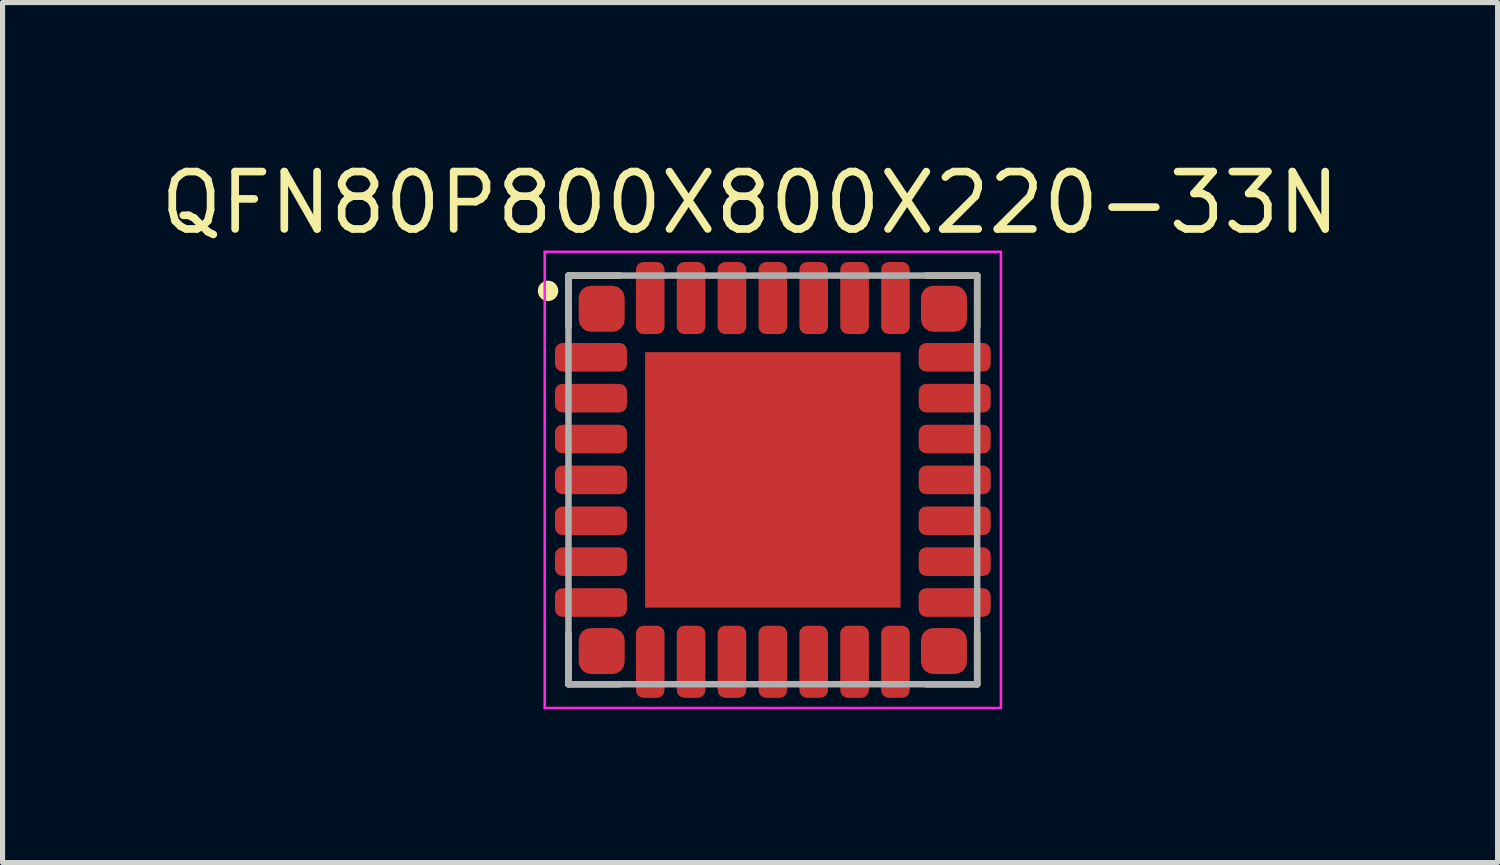
<source format=kicad_pcb>
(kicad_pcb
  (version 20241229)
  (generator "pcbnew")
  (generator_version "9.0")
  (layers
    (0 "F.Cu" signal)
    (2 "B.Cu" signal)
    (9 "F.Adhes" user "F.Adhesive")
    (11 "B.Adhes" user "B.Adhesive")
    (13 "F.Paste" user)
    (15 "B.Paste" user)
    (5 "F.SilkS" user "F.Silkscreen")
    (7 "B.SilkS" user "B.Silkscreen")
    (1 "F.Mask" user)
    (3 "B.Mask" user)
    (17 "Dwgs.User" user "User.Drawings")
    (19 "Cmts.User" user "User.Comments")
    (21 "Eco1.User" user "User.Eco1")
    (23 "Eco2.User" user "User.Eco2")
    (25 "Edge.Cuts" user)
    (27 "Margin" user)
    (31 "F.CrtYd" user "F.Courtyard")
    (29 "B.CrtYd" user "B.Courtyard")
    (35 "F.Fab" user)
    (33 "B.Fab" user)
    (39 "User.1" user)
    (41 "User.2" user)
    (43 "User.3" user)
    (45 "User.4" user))
  (footprint "QFN80P800X800X220-33N"
    (layer "F.Cu")
    (at 12.078 6.344)
    (property "Reference" "QFN80P800X800X220-33N" (at -0.445 -5.424 0) (layer "F.SilkS") (effects (font (size 1.123 1.123) (thickness 0.15))))
    (attr smd)
    (fp_line (start -4 -4) (end -4 -3) (stroke (width 0.127) (type solid)) (layer "F.SilkS"))
    (fp_line (start -4 -4) (end -3 -4) (stroke (width 0.127) (type solid)) (layer "F.SilkS"))
    (fp_line (start -4 4) (end -4 3) (stroke (width 0.127) (type solid)) (layer "F.SilkS"))
    (fp_line (start -4 4) (end -3 4) (stroke (width 0.127) (type solid)) (layer "F.SilkS"))
    (fp_line (start 4 -4) (end 3 -4) (stroke (width 0.127) (type solid)) (layer "F.SilkS"))
    (fp_line (start 4 -4) (end 4 -3) (stroke (width 0.127) (type solid)) (layer "F.SilkS"))
    (fp_line (start 4 4) (end 3 4) (stroke (width 0.127) (type solid)) (layer "F.SilkS"))
    (fp_line (start 4 4) (end 4 3) (stroke (width 0.127) (type solid)) (layer "F.SilkS"))
    (fp_circle (center -4.4 -3.7) (end -4.3 -3.7) (stroke (width 0.2) (type solid)) (fill no) (layer "F.SilkS"))
    (fp_poly (pts (xy -2.143 -2.135) (xy -0.365 -2.135) (xy -0.365 -0.366) (xy -2.143 -0.366)) (stroke (width 0.01) (type solid)) (fill yes) (layer "F.Paste"))
    (fp_poly (pts (xy -2.14 0.365) (xy -0.365 0.365) (xy -0.365 2.14) (xy -2.14 2.14)) (stroke (width 0.01) (type solid)) (fill yes) (layer "F.Paste"))
    (fp_poly (pts (xy 0.366 0.365) (xy 2.135 0.365) (xy 2.135 2.14) (xy 0.366 2.14)) (stroke (width 0.01) (type solid)) (fill yes) (layer "F.Paste"))
    (fp_poly (pts (xy 0.366 -2.135) (xy 2.135 -2.135) (xy 2.135 -0.366) (xy 0.366 -0.366)) (stroke (width 0.01) (type solid)) (fill yes) (layer "F.Paste"))
    (fp_line (start -4.465 -4.465) (end 4.465 -4.465) (stroke (width 0.05) (type solid)) (layer "F.CrtYd"))
    (fp_line (start -4.465 4.465) (end -4.465 -4.465) (stroke (width 0.05) (type solid)) (layer "F.CrtYd"))
    (fp_line (start 4.465 -4.465) (end 4.465 4.465) (stroke (width 0.05) (type solid)) (layer "F.CrtYd"))
    (fp_line (start 4.465 4.465) (end -4.465 4.465) (stroke (width 0.05) (type solid)) (layer "F.CrtYd"))
    (fp_line (start -4 -4) (end 4 -4) (stroke (width 0.127) (type solid)) (layer "F.Fab"))
    (fp_line (start -4 4) (end -4 -4) (stroke (width 0.127) (type solid)) (layer "F.Fab"))
    (fp_line (start 4 -4) (end 4 4) (stroke (width 0.127) (type solid)) (layer "F.Fab"))
    (fp_line (start 4 4) (end -4 4) (stroke (width 0.127) (type solid)) (layer "F.Fab"))
    (pad "1" smd roundrect (at -3.35 -3.35) (size 0.9 0.9) (layers "F.Cu" "F.Mask" "F.Paste") (roundrect_rratio 0.265))
    (pad "2" smd roundrect (at -3.56 -2.4) (size 1.41 0.56) (layers "F.Cu" "F.Mask" "F.Paste") (roundrect_rratio 0.265))
    (pad "3" smd roundrect (at -3.56 -1.6) (size 1.41 0.56) (layers "F.Cu" "F.Mask" "F.Paste") (roundrect_rratio 0.265))
    (pad "4" smd roundrect (at -3.56 -0.8) (size 1.41 0.56) (layers "F.Cu" "F.Mask" "F.Paste") (roundrect_rratio 0.265))
    (pad "5" smd roundrect (at -3.56 0) (size 1.41 0.56) (layers "F.Cu" "F.Mask" "F.Paste") (roundrect_rratio 0.265))
    (pad "6" smd roundrect (at -3.56 0.8) (size 1.41 0.56) (layers "F.Cu" "F.Mask" "F.Paste") (roundrect_rratio 0.265))
    (pad "7" smd roundrect (at -3.56 1.6) (size 1.41 0.56) (layers "F.Cu" "F.Mask" "F.Paste") (roundrect_rratio 0.265))
    (pad "8" smd roundrect (at -3.56 2.4) (size 1.41 0.56) (layers "F.Cu" "F.Mask" "F.Paste") (roundrect_rratio 0.265))
    (pad "9" smd roundrect (at -3.35 3.35) (size 0.9 0.9) (layers "F.Cu" "F.Mask" "F.Paste") (roundrect_rratio 0.265))
    (pad "10" smd roundrect (at -2.4 3.56) (size 0.56 1.41) (layers "F.Cu" "F.Mask" "F.Paste") (roundrect_rratio 0.265))
    (pad "11" smd roundrect (at -1.6 3.56) (size 0.56 1.41) (layers "F.Cu" "F.Mask" "F.Paste") (roundrect_rratio 0.265))
    (pad "12" smd roundrect (at -0.8 3.56) (size 0.56 1.41) (layers "F.Cu" "F.Mask" "F.Paste") (roundrect_rratio 0.265))
    (pad "13" smd roundrect (at 0 3.56) (size 0.56 1.41) (layers "F.Cu" "F.Mask" "F.Paste") (roundrect_rratio 0.265))
    (pad "14" smd roundrect (at 0.8 3.56) (size 0.56 1.41) (layers "F.Cu" "F.Mask" "F.Paste") (roundrect_rratio 0.265))
    (pad "15" smd roundrect (at 1.6 3.56) (size 0.56 1.41) (layers "F.Cu" "F.Mask" "F.Paste") (roundrect_rratio 0.265))
    (pad "16" smd roundrect (at 2.4 3.56) (size 0.56 1.41) (layers "F.Cu" "F.Mask" "F.Paste") (roundrect_rratio 0.265))
    (pad "17" smd roundrect (at 3.35 3.35) (size 0.9 0.9) (layers "F.Cu" "F.Mask" "F.Paste") (roundrect_rratio 0.265))
    (pad "18" smd roundrect (at 3.56 2.4) (size 1.41 0.56) (layers "F.Cu" "F.Mask" "F.Paste") (roundrect_rratio 0.265))
    (pad "19" smd roundrect (at 3.56 1.6) (size 1.41 0.56) (layers "F.Cu" "F.Mask" "F.Paste") (roundrect_rratio 0.265))
    (pad "20" smd roundrect (at 3.56 0.8) (size 1.41 0.56) (layers "F.Cu" "F.Mask" "F.Paste") (roundrect_rratio 0.265))
    (pad "21" smd roundrect (at 3.56 0) (size 1.41 0.56) (layers "F.Cu" "F.Mask" "F.Paste") (roundrect_rratio 0.265))
    (pad "22" smd roundrect (at 3.56 -0.8) (size 1.41 0.56) (layers "F.Cu" "F.Mask" "F.Paste") (roundrect_rratio 0.265))
    (pad "23" smd roundrect (at 3.56 -1.6) (size 1.41 0.56) (layers "F.Cu" "F.Mask" "F.Paste") (roundrect_rratio 0.265))
    (pad "24" smd roundrect (at 3.56 -2.4) (size 1.41 0.56) (layers "F.Cu" "F.Mask" "F.Paste") (roundrect_rratio 0.265))
    (pad "25" smd roundrect (at 3.35 -3.35) (size 0.9 0.9) (layers "F.Cu" "F.Mask" "F.Paste") (roundrect_rratio 0.265))
    (pad "26" smd roundrect (at 2.4 -3.56) (size 0.56 1.41) (layers "F.Cu" "F.Mask" "F.Paste") (roundrect_rratio 0.265))
    (pad "27" smd roundrect (at 1.6 -3.56) (size 0.56 1.41) (layers "F.Cu" "F.Mask" "F.Paste") (roundrect_rratio 0.265))
    (pad "28" smd roundrect (at 0.8 -3.56) (size 0.56 1.41) (layers "F.Cu" "F.Mask" "F.Paste") (roundrect_rratio 0.265))
    (pad "29" smd roundrect (at 0 -3.56) (size 0.56 1.41) (layers "F.Cu" "F.Mask" "F.Paste") (roundrect_rratio 0.265))
    (pad "30" smd roundrect (at -0.8 -3.56) (size 0.56 1.41) (layers "F.Cu" "F.Mask" "F.Paste") (roundrect_rratio 0.265))
    (pad "31" smd roundrect (at -1.6 -3.56) (size 0.56 1.41) (layers "F.Cu" "F.Mask" "F.Paste") (roundrect_rratio 0.265))
    (pad "32" smd roundrect (at -2.4 -3.56) (size 0.56 1.41) (layers "F.Cu" "F.Mask" "F.Paste") (roundrect_rratio 0.265))
    (pad "33" smd rect (at 0 0) (size 5 5) (layers "F.Cu" "F.Mask")))
  (gr_rect
    (start -3 -3)
    (end 26.265 13.834)
    (stroke (width 0.1) (type default))
    (fill no)
    (layer "Edge.Cuts")))
</source>
